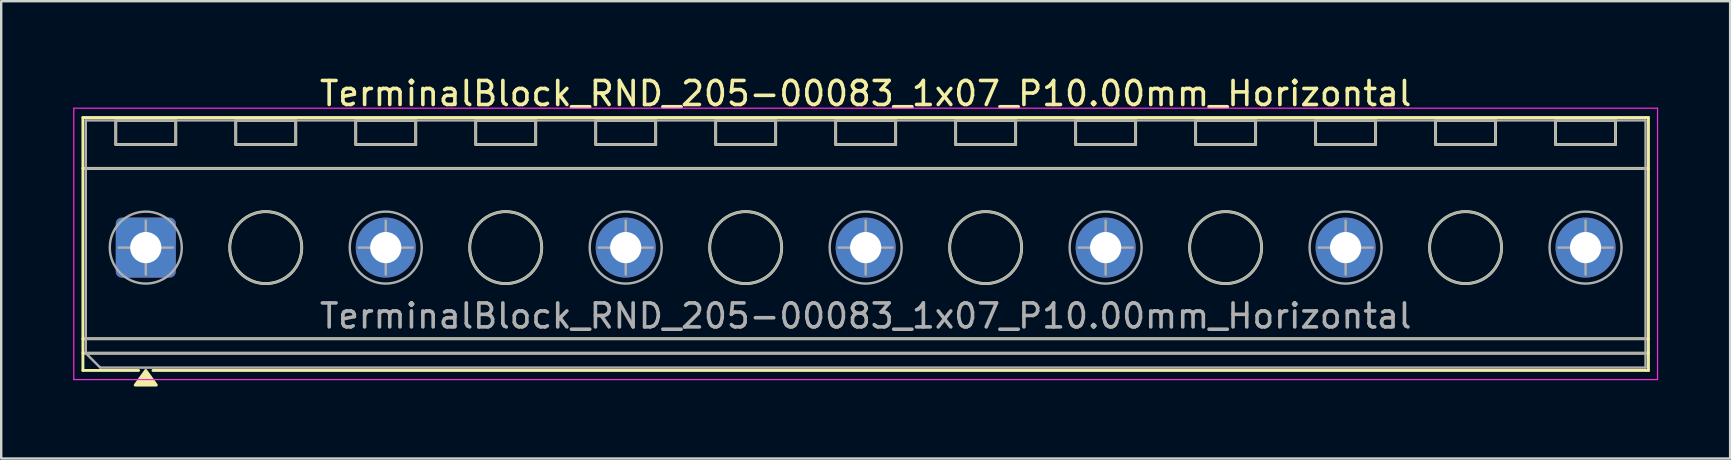
<source format=kicad_pcb>
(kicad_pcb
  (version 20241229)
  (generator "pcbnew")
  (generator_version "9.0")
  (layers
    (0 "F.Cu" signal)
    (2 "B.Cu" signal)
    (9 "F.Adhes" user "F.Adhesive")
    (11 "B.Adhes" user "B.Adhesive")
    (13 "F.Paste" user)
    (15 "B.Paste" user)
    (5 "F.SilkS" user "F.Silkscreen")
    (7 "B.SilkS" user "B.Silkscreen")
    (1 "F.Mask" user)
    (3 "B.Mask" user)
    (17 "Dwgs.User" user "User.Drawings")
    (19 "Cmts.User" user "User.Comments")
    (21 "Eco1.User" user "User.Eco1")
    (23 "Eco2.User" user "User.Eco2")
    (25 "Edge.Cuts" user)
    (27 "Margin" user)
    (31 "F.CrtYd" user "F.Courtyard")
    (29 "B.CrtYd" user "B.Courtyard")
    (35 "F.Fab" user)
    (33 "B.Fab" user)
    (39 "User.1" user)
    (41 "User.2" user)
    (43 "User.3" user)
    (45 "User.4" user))
  (footprint "TerminalBlock_RND_205-00083_1x07_P10.00mm_Horizontal"
    (layer "F.Cu")
    (at 3.025 7.268)
    (property "Reference" "TerminalBlock_RND_205-00083_1x07_P10.00mm_Horizontal" (at 30 -6.42 0) (layer "F.SilkS") (effects (font (size 1 1) (thickness 0.15))))
    (attr through_hole)
    (fp_line (start -2.62 -5.42) (end 62.62 -5.42) (stroke (width 0.12) (type solid)) (layer "F.SilkS"))
    (fp_line (start -2.62 -3.3) (end 62.62 -3.3) (stroke (width 0.12) (type solid)) (layer "F.SilkS"))
    (fp_line (start -2.62 3.8) (end 62.62 3.8) (stroke (width 0.12) (type solid)) (layer "F.SilkS"))
    (fp_line (start -2.62 4.4) (end 62.62 4.4) (stroke (width 0.12) (type solid)) (layer "F.SilkS"))
    (fp_line (start -2.62 5.12) (end -2.62 -5.42) (stroke (width 0.12) (type solid)) (layer "F.SilkS"))
    (fp_line (start -1.25 -5.3) (end 1.25 -5.3) (stroke (width 0.12) (type solid)) (layer "F.SilkS"))
    (fp_line (start -1.25 -4.3) (end -1.25 -5.3) (stroke (width 0.12) (type solid)) (layer "F.SilkS"))
    (fp_line (start -0.3 5.12) (end -2.62 5.12) (stroke (width 0.12) (type solid)) (layer "F.SilkS"))
    (fp_line (start 1.25 -5.3) (end 1.25 -4.3) (stroke (width 0.12) (type solid)) (layer "F.SilkS"))
    (fp_line (start 1.25 -4.3) (end -1.25 -4.3) (stroke (width 0.12) (type solid)) (layer "F.SilkS"))
    (fp_line (start 3.75 -5.3) (end 6.25 -5.3) (stroke (width 0.12) (type solid)) (layer "F.SilkS"))
    (fp_line (start 3.75 -4.3) (end 3.75 -5.3) (stroke (width 0.12) (type solid)) (layer "F.SilkS"))
    (fp_line (start 6.25 -5.3) (end 6.25 -4.3) (stroke (width 0.12) (type solid)) (layer "F.SilkS"))
    (fp_line (start 6.25 -4.3) (end 3.75 -4.3) (stroke (width 0.12) (type solid)) (layer "F.SilkS"))
    (fp_line (start 8.75 -5.3) (end 11.25 -5.3) (stroke (width 0.12) (type solid)) (layer "F.SilkS"))
    (fp_line (start 8.75 -4.3) (end 8.75 -5.3) (stroke (width 0.12) (type solid)) (layer "F.SilkS"))
    (fp_line (start 11.25 -5.3) (end 11.25 -4.3) (stroke (width 0.12) (type solid)) (layer "F.SilkS"))
    (fp_line (start 11.25 -4.3) (end 8.75 -4.3) (stroke (width 0.12) (type solid)) (layer "F.SilkS"))
    (fp_line (start 13.75 -5.3) (end 16.25 -5.3) (stroke (width 0.12) (type solid)) (layer "F.SilkS"))
    (fp_line (start 13.75 -4.3) (end 13.75 -5.3) (stroke (width 0.12) (type solid)) (layer "F.SilkS"))
    (fp_line (start 16.25 -5.3) (end 16.25 -4.3) (stroke (width 0.12) (type solid)) (layer "F.SilkS"))
    (fp_line (start 16.25 -4.3) (end 13.75 -4.3) (stroke (width 0.12) (type solid)) (layer "F.SilkS"))
    (fp_line (start 18.75 -5.3) (end 21.25 -5.3) (stroke (width 0.12) (type solid)) (layer "F.SilkS"))
    (fp_line (start 18.75 -4.3) (end 18.75 -5.3) (stroke (width 0.12) (type solid)) (layer "F.SilkS"))
    (fp_line (start 21.25 -5.3) (end 21.25 -4.3) (stroke (width 0.12) (type solid)) (layer "F.SilkS"))
    (fp_line (start 21.25 -4.3) (end 18.75 -4.3) (stroke (width 0.12) (type solid)) (layer "F.SilkS"))
    (fp_line (start 23.75 -5.3) (end 26.25 -5.3) (stroke (width 0.12) (type solid)) (layer "F.SilkS"))
    (fp_line (start 23.75 -4.3) (end 23.75 -5.3) (stroke (width 0.12) (type solid)) (layer "F.SilkS"))
    (fp_line (start 26.25 -5.3) (end 26.25 -4.3) (stroke (width 0.12) (type solid)) (layer "F.SilkS"))
    (fp_line (start 26.25 -4.3) (end 23.75 -4.3) (stroke (width 0.12) (type solid)) (layer "F.SilkS"))
    (fp_line (start 28.75 -5.3) (end 31.25 -5.3) (stroke (width 0.12) (type solid)) (layer "F.SilkS"))
    (fp_line (start 28.75 -4.3) (end 28.75 -5.3) (stroke (width 0.12) (type solid)) (layer "F.SilkS"))
    (fp_line (start 31.25 -5.3) (end 31.25 -4.3) (stroke (width 0.12) (type solid)) (layer "F.SilkS"))
    (fp_line (start 31.25 -4.3) (end 28.75 -4.3) (stroke (width 0.12) (type solid)) (layer "F.SilkS"))
    (fp_line (start 33.75 -5.3) (end 36.25 -5.3) (stroke (width 0.12) (type solid)) (layer "F.SilkS"))
    (fp_line (start 33.75 -4.3) (end 33.75 -5.3) (stroke (width 0.12) (type solid)) (layer "F.SilkS"))
    (fp_line (start 36.25 -5.3) (end 36.25 -4.3) (stroke (width 0.12) (type solid)) (layer "F.SilkS"))
    (fp_line (start 36.25 -4.3) (end 33.75 -4.3) (stroke (width 0.12) (type solid)) (layer "F.SilkS"))
    (fp_line (start 38.75 -5.3) (end 41.25 -5.3) (stroke (width 0.12) (type solid)) (layer "F.SilkS"))
    (fp_line (start 38.75 -4.3) (end 38.75 -5.3) (stroke (width 0.12) (type solid)) (layer "F.SilkS"))
    (fp_line (start 41.25 -5.3) (end 41.25 -4.3) (stroke (width 0.12) (type solid)) (layer "F.SilkS"))
    (fp_line (start 41.25 -4.3) (end 38.75 -4.3) (stroke (width 0.12) (type solid)) (layer "F.SilkS"))
    (fp_line (start 43.75 -5.3) (end 46.25 -5.3) (stroke (width 0.12) (type solid)) (layer "F.SilkS"))
    (fp_line (start 43.75 -4.3) (end 43.75 -5.3) (stroke (width 0.12) (type solid)) (layer "F.SilkS"))
    (fp_line (start 46.25 -5.3) (end 46.25 -4.3) (stroke (width 0.12) (type solid)) (layer "F.SilkS"))
    (fp_line (start 46.25 -4.3) (end 43.75 -4.3) (stroke (width 0.12) (type solid)) (layer "F.SilkS"))
    (fp_line (start 48.75 -5.3) (end 51.25 -5.3) (stroke (width 0.12) (type solid)) (layer "F.SilkS"))
    (fp_line (start 48.75 -4.3) (end 48.75 -5.3) (stroke (width 0.12) (type solid)) (layer "F.SilkS"))
    (fp_line (start 51.25 -5.3) (end 51.25 -4.3) (stroke (width 0.12) (type solid)) (layer "F.SilkS"))
    (fp_line (start 51.25 -4.3) (end 48.75 -4.3) (stroke (width 0.12) (type solid)) (layer "F.SilkS"))
    (fp_line (start 53.75 -5.3) (end 56.25 -5.3) (stroke (width 0.12) (type solid)) (layer "F.SilkS"))
    (fp_line (start 53.75 -4.3) (end 53.75 -5.3) (stroke (width 0.12) (type solid)) (layer "F.SilkS"))
    (fp_line (start 56.25 -5.3) (end 56.25 -4.3) (stroke (width 0.12) (type solid)) (layer "F.SilkS"))
    (fp_line (start 56.25 -4.3) (end 53.75 -4.3) (stroke (width 0.12) (type solid)) (layer "F.SilkS"))
    (fp_line (start 58.75 -5.3) (end 61.25 -5.3) (stroke (width 0.12) (type solid)) (layer "F.SilkS"))
    (fp_line (start 58.75 -4.3) (end 58.75 -5.3) (stroke (width 0.12) (type solid)) (layer "F.SilkS"))
    (fp_line (start 61.25 -5.3) (end 61.25 -4.3) (stroke (width 0.12) (type solid)) (layer "F.SilkS"))
    (fp_line (start 61.25 -4.3) (end 58.75 -4.3) (stroke (width 0.12) (type solid)) (layer "F.SilkS"))
    (fp_line (start 62.62 -5.42) (end 62.62 5.12) (stroke (width 0.12) (type solid)) (layer "F.SilkS"))
    (fp_line (start 62.62 5.12) (end 0.3 5.12) (stroke (width 0.12) (type solid)) (layer "F.SilkS"))
    (fp_circle (center 5 0) (end 6.5 0) (stroke (width 0.12) (type solid)) (fill no) (layer "F.SilkS"))
    (fp_circle (center 15 0) (end 16.5 0) (stroke (width 0.12) (type solid)) (fill no) (layer "F.SilkS"))
    (fp_circle (center 25 0) (end 26.5 0) (stroke (width 0.12) (type solid)) (fill no) (layer "F.SilkS"))
    (fp_circle (center 35 0) (end 36.5 0) (stroke (width 0.12) (type solid)) (fill no) (layer "F.SilkS"))
    (fp_circle (center 45 0) (end 46.5 0) (stroke (width 0.12) (type solid)) (fill no) (layer "F.SilkS"))
    (fp_circle (center 55 0) (end 56.5 0) (stroke (width 0.12) (type solid)) (fill no) (layer "F.SilkS"))
    (fp_poly (pts (xy 0 5.12) (xy 0.44 5.73) (xy -0.44 5.73)) (stroke (width 0.12) (type solid)) (fill yes) (layer "F.SilkS"))
    (fp_line (start -3 -5.81) (end -3 5.5) (stroke (width 0.05) (type solid)) (layer "F.CrtYd"))
    (fp_line (start -3 5.5) (end 63 5.5) (stroke (width 0.05) (type solid)) (layer "F.CrtYd"))
    (fp_line (start 63 -5.81) (end -3 -5.81) (stroke (width 0.05) (type solid)) (layer "F.CrtYd"))
    (fp_line (start 63 5.5) (end 63 -5.81) (stroke (width 0.05) (type solid)) (layer "F.CrtYd"))
    (fp_line (start -2.5 -5.3) (end 62.5 -5.3) (stroke (width 0.1) (type solid)) (layer "F.Fab"))
    (fp_line (start -2.5 -3.3) (end 62.5 -3.3) (stroke (width 0.1) (type solid)) (layer "F.Fab"))
    (fp_line (start -2.5 3.8) (end 62.5 3.8) (stroke (width 0.1) (type solid)) (layer "F.Fab"))
    (fp_line (start -2.5 4.4) (end -2.5 -5.3) (stroke (width 0.1) (type solid)) (layer "F.Fab"))
    (fp_line (start -2.5 4.4) (end 62.5 4.4) (stroke (width 0.1) (type solid)) (layer "F.Fab"))
    (fp_line (start -1.9 5) (end -2.5 4.4) (stroke (width 0.1) (type solid)) (layer "F.Fab"))
    (fp_line (start -1.25 -5.3) (end -1.25 -4.3) (stroke (width 0.1) (type solid)) (layer "F.Fab"))
    (fp_line (start -1.25 -4.3) (end 1.25 -4.3) (stroke (width 0.1) (type solid)) (layer "F.Fab"))
    (fp_line (start -1.125 0) (end 1.125 0) (stroke (width 0.1) (type solid)) (layer "F.Fab"))
    (fp_line (start 0 -1.125) (end 0 1.125) (stroke (width 0.1) (type solid)) (layer "F.Fab"))
    (fp_line (start 1.25 -5.3) (end -1.25 -5.3) (stroke (width 0.1) (type solid)) (layer "F.Fab"))
    (fp_line (start 1.25 -4.3) (end 1.25 -5.3) (stroke (width 0.1) (type solid)) (layer "F.Fab"))
    (fp_line (start 3.75 -5.3) (end 3.75 -4.3) (stroke (width 0.1) (type solid)) (layer "F.Fab"))
    (fp_line (start 3.75 -4.3) (end 6.25 -4.3) (stroke (width 0.1) (type solid)) (layer "F.Fab"))
    (fp_line (start 6.25 -5.3) (end 3.75 -5.3) (stroke (width 0.1) (type solid)) (layer "F.Fab"))
    (fp_line (start 6.25 -4.3) (end 6.25 -5.3) (stroke (width 0.1) (type solid)) (layer "F.Fab"))
    (fp_line (start 8.75 -5.3) (end 8.75 -4.3) (stroke (width 0.1) (type solid)) (layer "F.Fab"))
    (fp_line (start 8.75 -4.3) (end 11.25 -4.3) (stroke (width 0.1) (type solid)) (layer "F.Fab"))
    (fp_line (start 8.875 0) (end 11.125 0) (stroke (width 0.1) (type solid)) (layer "F.Fab"))
    (fp_line (start 10 -1.125) (end 10 1.125) (stroke (width 0.1) (type solid)) (layer "F.Fab"))
    (fp_line (start 11.25 -5.3) (end 8.75 -5.3) (stroke (width 0.1) (type solid)) (layer "F.Fab"))
    (fp_line (start 11.25 -4.3) (end 11.25 -5.3) (stroke (width 0.1) (type solid)) (layer "F.Fab"))
    (fp_line (start 13.75 -5.3) (end 13.75 -4.3) (stroke (width 0.1) (type solid)) (layer "F.Fab"))
    (fp_line (start 13.75 -4.3) (end 16.25 -4.3) (stroke (width 0.1) (type solid)) (layer "F.Fab"))
    (fp_line (start 16.25 -5.3) (end 13.75 -5.3) (stroke (width 0.1) (type solid)) (layer "F.Fab"))
    (fp_line (start 16.25 -4.3) (end 16.25 -5.3) (stroke (width 0.1) (type solid)) (layer "F.Fab"))
    (fp_line (start 18.75 -5.3) (end 18.75 -4.3) (stroke (width 0.1) (type solid)) (layer "F.Fab"))
    (fp_line (start 18.75 -4.3) (end 21.25 -4.3) (stroke (width 0.1) (type solid)) (layer "F.Fab"))
    (fp_line (start 18.875 0) (end 21.125 0) (stroke (width 0.1) (type solid)) (layer "F.Fab"))
    (fp_line (start 20 -1.125) (end 20 1.125) (stroke (width 0.1) (type solid)) (layer "F.Fab"))
    (fp_line (start 21.25 -5.3) (end 18.75 -5.3) (stroke (width 0.1) (type solid)) (layer "F.Fab"))
    (fp_line (start 21.25 -4.3) (end 21.25 -5.3) (stroke (width 0.1) (type solid)) (layer "F.Fab"))
    (fp_line (start 23.75 -5.3) (end 23.75 -4.3) (stroke (width 0.1) (type solid)) (layer "F.Fab"))
    (fp_line (start 23.75 -4.3) (end 26.25 -4.3) (stroke (width 0.1) (type solid)) (layer "F.Fab"))
    (fp_line (start 26.25 -5.3) (end 23.75 -5.3) (stroke (width 0.1) (type solid)) (layer "F.Fab"))
    (fp_line (start 26.25 -4.3) (end 26.25 -5.3) (stroke (width 0.1) (type solid)) (layer "F.Fab"))
    (fp_line (start 28.75 -5.3) (end 28.75 -4.3) (stroke (width 0.1) (type solid)) (layer "F.Fab"))
    (fp_line (start 28.75 -4.3) (end 31.25 -4.3) (stroke (width 0.1) (type solid)) (layer "F.Fab"))
    (fp_line (start 28.875 0) (end 31.125 0) (stroke (width 0.1) (type solid)) (layer "F.Fab"))
    (fp_line (start 30 -1.125) (end 30 1.125) (stroke (width 0.1) (type solid)) (layer "F.Fab"))
    (fp_line (start 31.25 -5.3) (end 28.75 -5.3) (stroke (width 0.1) (type solid)) (layer "F.Fab"))
    (fp_line (start 31.25 -4.3) (end 31.25 -5.3) (stroke (width 0.1) (type solid)) (layer "F.Fab"))
    (fp_line (start 33.75 -5.3) (end 33.75 -4.3) (stroke (width 0.1) (type solid)) (layer "F.Fab"))
    (fp_line (start 33.75 -4.3) (end 36.25 -4.3) (stroke (width 0.1) (type solid)) (layer "F.Fab"))
    (fp_line (start 36.25 -5.3) (end 33.75 -5.3) (stroke (width 0.1) (type solid)) (layer "F.Fab"))
    (fp_line (start 36.25 -4.3) (end 36.25 -5.3) (stroke (width 0.1) (type solid)) (layer "F.Fab"))
    (fp_line (start 38.75 -5.3) (end 38.75 -4.3) (stroke (width 0.1) (type solid)) (layer "F.Fab"))
    (fp_line (start 38.75 -4.3) (end 41.25 -4.3) (stroke (width 0.1) (type solid)) (layer "F.Fab"))
    (fp_line (start 38.875 0) (end 41.125 0) (stroke (width 0.1) (type solid)) (layer "F.Fab"))
    (fp_line (start 40 -1.125) (end 40 1.125) (stroke (width 0.1) (type solid)) (layer "F.Fab"))
    (fp_line (start 41.25 -5.3) (end 38.75 -5.3) (stroke (width 0.1) (type solid)) (layer "F.Fab"))
    (fp_line (start 41.25 -4.3) (end 41.25 -5.3) (stroke (width 0.1) (type solid)) (layer "F.Fab"))
    (fp_line (start 43.75 -5.3) (end 43.75 -4.3) (stroke (width 0.1) (type solid)) (layer "F.Fab"))
    (fp_line (start 43.75 -4.3) (end 46.25 -4.3) (stroke (width 0.1) (type solid)) (layer "F.Fab"))
    (fp_line (start 46.25 -5.3) (end 43.75 -5.3) (stroke (width 0.1) (type solid)) (layer "F.Fab"))
    (fp_line (start 46.25 -4.3) (end 46.25 -5.3) (stroke (width 0.1) (type solid)) (layer "F.Fab"))
    (fp_line (start 48.75 -5.3) (end 48.75 -4.3) (stroke (width 0.1) (type solid)) (layer "F.Fab"))
    (fp_line (start 48.75 -4.3) (end 51.25 -4.3) (stroke (width 0.1) (type solid)) (layer "F.Fab"))
    (fp_line (start 48.875 0) (end 51.125 0) (stroke (width 0.1) (type solid)) (layer "F.Fab"))
    (fp_line (start 50 -1.125) (end 50 1.125) (stroke (width 0.1) (type solid)) (layer "F.Fab"))
    (fp_line (start 51.25 -5.3) (end 48.75 -5.3) (stroke (width 0.1) (type solid)) (layer "F.Fab"))
    (fp_line (start 51.25 -4.3) (end 51.25 -5.3) (stroke (width 0.1) (type solid)) (layer "F.Fab"))
    (fp_line (start 53.75 -5.3) (end 53.75 -4.3) (stroke (width 0.1) (type solid)) (layer "F.Fab"))
    (fp_line (start 53.75 -4.3) (end 56.25 -4.3) (stroke (width 0.1) (type solid)) (layer "F.Fab"))
    (fp_line (start 56.25 -5.3) (end 53.75 -5.3) (stroke (width 0.1) (type solid)) (layer "F.Fab"))
    (fp_line (start 56.25 -4.3) (end 56.25 -5.3) (stroke (width 0.1) (type solid)) (layer "F.Fab"))
    (fp_line (start 58.75 -5.3) (end 58.75 -4.3) (stroke (width 0.1) (type solid)) (layer "F.Fab"))
    (fp_line (start 58.75 -4.3) (end 61.25 -4.3) (stroke (width 0.1) (type solid)) (layer "F.Fab"))
    (fp_line (start 58.875 0) (end 61.125 0) (stroke (width 0.1) (type solid)) (layer "F.Fab"))
    (fp_line (start 60 -1.125) (end 60 1.125) (stroke (width 0.1) (type solid)) (layer "F.Fab"))
    (fp_line (start 61.25 -5.3) (end 58.75 -5.3) (stroke (width 0.1) (type solid)) (layer "F.Fab"))
    (fp_line (start 61.25 -4.3) (end 61.25 -5.3) (stroke (width 0.1) (type solid)) (layer "F.Fab"))
    (fp_line (start 62.5 -5.3) (end 62.5 5) (stroke (width 0.1) (type solid)) (layer "F.Fab"))
    (fp_line (start 62.5 5) (end -1.9 5) (stroke (width 0.1) (type solid)) (layer "F.Fab"))
    (fp_circle (center 0 0) (end 1.5 0) (stroke (width 0.1) (type solid)) (fill no) (layer "F.Fab"))
    (fp_circle (center 5 0) (end 6.5 0) (stroke (width 0.1) (type solid)) (fill no) (layer "F.Fab"))
    (fp_circle (center 10 0) (end 11.5 0) (stroke (width 0.1) (type solid)) (fill no) (layer "F.Fab"))
    (fp_circle (center 15 0) (end 16.5 0) (stroke (width 0.1) (type solid)) (fill no) (layer "F.Fab"))
    (fp_circle (center 20 0) (end 21.5 0) (stroke (width 0.1) (type solid)) (fill no) (layer "F.Fab"))
    (fp_circle (center 25 0) (end 26.5 0) (stroke (width 0.1) (type solid)) (fill no) (layer "F.Fab"))
    (fp_circle (center 30 0) (end 31.5 0) (stroke (width 0.1) (type solid)) (fill no) (layer "F.Fab"))
    (fp_circle (center 35 0) (end 36.5 0) (stroke (width 0.1) (type solid)) (fill no) (layer "F.Fab"))
    (fp_circle (center 40 0) (end 41.5 0) (stroke (width 0.1) (type solid)) (fill no) (layer "F.Fab"))
    (fp_circle (center 45 0) (end 46.5 0) (stroke (width 0.1) (type solid)) (fill no) (layer "F.Fab"))
    (fp_circle (center 50 0) (end 51.5 0) (stroke (width 0.1) (type solid)) (fill no) (layer "F.Fab"))
    (fp_circle (center 55 0) (end 56.5 0) (stroke (width 0.1) (type solid)) (fill no) (layer "F.Fab"))
    (fp_circle (center 60 0) (end 61.5 0) (stroke (width 0.1) (type solid)) (fill no) (layer "F.Fab"))
    (fp_text user "${REFERENCE}" (at 30 2.85 0) (layer "F.Fab") (effects (font (size 1 1) (thickness 0.15))))
    (pad "1" thru_hole roundrect (at 0 0) (size 2.5 2.5) (drill 1.3) (layers "*.Cu" "*.Mask") (roundrect_rratio 0.1))
    (pad "2" thru_hole circle (at 10 0) (size 2.5 2.5) (drill 1.3) (layers "*.Cu" "*.Mask"))
    (pad "3" thru_hole circle (at 20 0) (size 2.5 2.5) (drill 1.3) (layers "*.Cu" "*.Mask"))
    (pad "4" thru_hole circle (at 30 0) (size 2.5 2.5) (drill 1.3) (layers "*.Cu" "*.Mask"))
    (pad "5" thru_hole circle (at 40 0) (size 2.5 2.5) (drill 1.3) (layers "*.Cu" "*.Mask"))
    (pad "6" thru_hole circle (at 50 0) (size 2.5 2.5) (drill 1.3) (layers "*.Cu" "*.Mask"))
    (pad "7" thru_hole circle (at 60 0) (size 2.5 2.5) (drill 1.3) (layers "*.Cu" "*.Mask")))
  (gr_rect
    (start -3 -3)
    (end 69.05 16.058)
    (stroke (width 0.1) (type default))
    (fill no)
    (layer "Edge.Cuts")))
</source>
